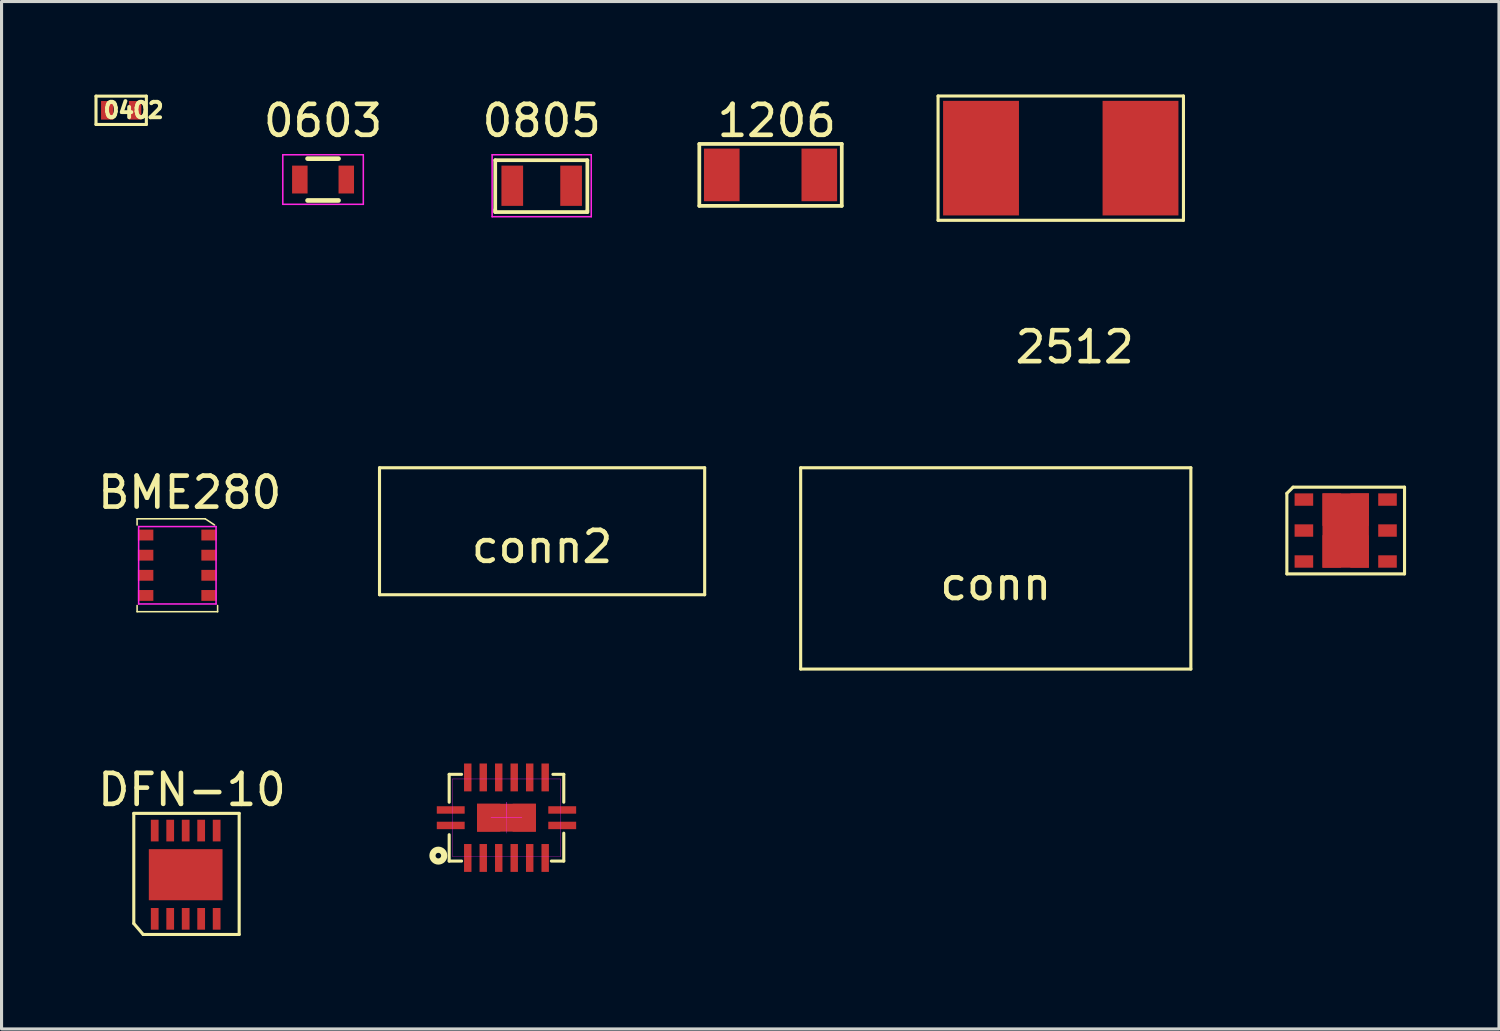
<source format=kicad_pcb>
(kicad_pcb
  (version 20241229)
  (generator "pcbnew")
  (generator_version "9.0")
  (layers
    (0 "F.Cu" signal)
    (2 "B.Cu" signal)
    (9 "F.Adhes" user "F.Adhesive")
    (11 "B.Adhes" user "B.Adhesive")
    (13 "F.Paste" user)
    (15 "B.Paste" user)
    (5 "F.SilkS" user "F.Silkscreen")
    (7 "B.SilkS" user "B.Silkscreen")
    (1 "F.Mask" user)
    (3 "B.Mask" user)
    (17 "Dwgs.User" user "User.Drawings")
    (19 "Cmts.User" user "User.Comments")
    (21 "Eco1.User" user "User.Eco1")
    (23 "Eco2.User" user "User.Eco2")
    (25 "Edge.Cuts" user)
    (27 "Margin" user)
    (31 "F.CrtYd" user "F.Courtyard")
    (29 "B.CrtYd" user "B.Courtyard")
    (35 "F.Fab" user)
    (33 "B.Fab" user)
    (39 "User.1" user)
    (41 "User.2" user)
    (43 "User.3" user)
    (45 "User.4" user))
  (footprint "BME280"
    (layer "F.Cu")
    (at 2.677 15.203)
    (property "Reference" "BME280" (at 0.4 -2.35 0) (layer "F.SilkS") (effects (font (size 1 1) (thickness 0.15))))
    (attr through_hole)
    (fp_line (start -1.3 -1.5) (end 0.9 -1.5) (stroke (width 0.05) (type solid)) (layer "F.SilkS"))
    (fp_line (start -1.3 -1.3) (end -1.3 -1.5) (stroke (width 0.05) (type solid)) (layer "F.SilkS"))
    (fp_line (start -1.3 1.3) (end -1.3 1.5) (stroke (width 0.05) (type solid)) (layer "F.SilkS"))
    (fp_line (start -1.3 1.5) (end 1.3 1.5) (stroke (width 0.05) (type solid)) (layer "F.SilkS"))
    (fp_line (start 0.9 -1.5) (end 1.2 -1.3) (stroke (width 0.05) (type solid)) (layer "F.SilkS"))
    (fp_line (start 1.3 1.5) (end 1.3 1.3) (stroke (width 0.05) (type solid)) (layer "F.SilkS"))
    (fp_line (start -1.25 -1.25) (end 1.25 -1.25) (stroke (width 0.05) (type solid)) (layer "F.CrtYd"))
    (fp_line (start -1.25 1.25) (end -1.25 -1.25) (stroke (width 0.05) (type solid)) (layer "F.CrtYd"))
    (fp_line (start 1.25 -1.25) (end 1.25 1.25) (stroke (width 0.05) (type solid)) (layer "F.CrtYd"))
    (fp_line (start 1.25 1.25) (end -1.25 1.25) (stroke (width 0.05) (type solid)) (layer "F.CrtYd"))
    (pad "1" smd rect (at 1.025 -0.975) (size 0.5 0.35) (layers "F.Cu" "F.Mask" "F.Paste"))
    (pad "2" smd rect (at 1.025 -0.325) (size 0.5 0.35) (layers "F.Cu" "F.Mask" "F.Paste"))
    (pad "3" smd rect (at 1.025 0.325) (size 0.5 0.35) (layers "F.Cu" "F.Mask" "F.Paste"))
    (pad "4" smd rect (at 1.025 0.975) (size 0.5 0.35) (layers "F.Cu" "F.Mask" "F.Paste"))
    (pad "5" smd rect (at -1.025 0.975) (size 0.5 0.35) (layers "F.Cu" "F.Mask" "F.Paste"))
    (pad "6" smd rect (at -1.025 0.325) (size 0.5 0.35) (layers "F.Cu" "F.Mask" "F.Paste"))
    (pad "7" smd rect (at -1.025 -0.325) (size 0.5 0.35) (layers "F.Cu" "F.Mask" "F.Paste"))
    (pad "8" smd rect (at -1.025 -0.975) (size 0.5 0.35) (layers "F.Cu" "F.Mask" "F.Paste")))
  (footprint "0805"
    (layer "F.Cu")
    (at 14.442 2.948)
    (property "Reference" "0805" (at 0 -2.1 0) (layer "F.SilkS") (effects (font (size 1 1) (thickness 0.15))))
    (attr smd)
    (fp_line (start -1.5 -0.825) (end 1.475 -0.825) (stroke (width 0.12) (type solid)) (layer "F.SilkS"))
    (fp_line (start -1.5 0.8) (end -1.5 -0.825) (stroke (width 0.12) (type solid)) (layer "F.SilkS"))
    (fp_line (start -1.5 0.85) (end -1.5 0.775) (stroke (width 0.12) (type solid)) (layer "F.SilkS"))
    (fp_line (start -1.5 0.85) (end 1.475 0.85) (stroke (width 0.12) (type solid)) (layer "F.SilkS"))
    (fp_line (start 1.475 -0.825) (end 1.475 0.8) (stroke (width 0.12) (type solid)) (layer "F.SilkS"))
    (fp_line (start 1.475 0.85) (end 1.475 0.8) (stroke (width 0.12) (type solid)) (layer "F.SilkS"))
    (fp_line (start -1.6 -1) (end -1.6 1) (stroke (width 0.05) (type solid)) (layer "F.CrtYd"))
    (fp_line (start -1.6 -1) (end 1.6 -1) (stroke (width 0.05) (type solid)) (layer "F.CrtYd"))
    (fp_line (start -1.6 1) (end 1.6 1) (stroke (width 0.05) (type solid)) (layer "F.CrtYd"))
    (fp_line (start 1.6 -1) (end 1.6 1) (stroke (width 0.05) (type solid)) (layer "F.CrtYd"))
    (pad "1" smd rect (at -0.95 0) (size 0.7 1.3) (layers "F.Cu" "F.Mask" "F.Paste"))
    (pad "2" smd rect (at 0.95 0) (size 0.7 1.3) (layers "F.Cu" "F.Mask" "F.Paste")))
  (footprint "DFN-10"
    (layer "F.Cu")
    (at 2.946 25.196)
    (property "Reference" "DFN-10" (at 0.203 -2.743 0) (layer "F.SilkS") (effects (font (size 1 1) (thickness 0.15))))
    (attr through_hole)
    (fp_line (start -1.676 -1.981) (end 1.727 -1.981) (stroke (width 0.1) (type solid)) (layer "F.SilkS"))
    (fp_line (start -1.676 1.575) (end -1.676 -1.981) (stroke (width 0.1) (type solid)) (layer "F.SilkS"))
    (fp_line (start -1.676 1.575) (end -1.372 1.93) (stroke (width 0.1) (type solid)) (layer "F.SilkS"))
    (fp_line (start -1.372 1.93) (end 1.727 1.93) (stroke (width 0.1) (type solid)) (layer "F.SilkS"))
    (fp_line (start 1.727 -1.981) (end 1.727 1.93) (stroke (width 0.1) (type solid)) (layer "F.SilkS"))
    (pad "0" smd rect (at 0 0) (size 2.38 1.65) (layers "F.Cu" "F.Mask" "F.Paste"))
    (pad "1" smd rect (at -1 1.425 90) (size 0.7 0.25) (layers "F.Cu" "F.Mask" "F.Paste"))
    (pad "2" smd rect (at -0.5 1.425 90) (size 0.7 0.25) (layers "F.Cu" "F.Mask" "F.Paste"))
    (pad "3" smd rect (at 0 1.425 90) (size 0.7 0.25) (layers "F.Cu" "F.Mask" "F.Paste"))
    (pad "4" smd rect (at 0.5 1.425 90) (size 0.7 0.25) (layers "F.Cu" "F.Mask" "F.Paste"))
    (pad "5" smd rect (at 1 1.425 90) (size 0.7 0.25) (layers "F.Cu" "F.Mask" "F.Paste"))
    (pad "6" smd rect (at 1 -1.425 90) (size 0.7 0.25) (layers "F.Cu" "F.Mask" "F.Paste"))
    (pad "7" smd rect (at 0.5 -1.425 90) (size 0.7 0.25) (layers "F.Cu" "F.Mask" "F.Paste"))
    (pad "8" smd rect (at 0 -1.425 90) (size 0.7 0.25) (layers "F.Cu" "F.Mask" "F.Paste"))
    (pad "9" smd rect (at -0.5 -1.425 90) (size 0.7 0.25) (layers "F.Cu" "F.Mask" "F.Paste"))
    (pad "10" smd rect (at -1 -1.425 90) (size 0.7 0.25) (layers "F.Cu" "F.Mask" "F.Paste")))
  (footprint "conn"
    (layer "F.Cu")
    (at 29.105 15.305)
    (property "Reference" "conn" (at 0 0.5 0) (layer "F.SilkS") (effects (font (size 1 1) (thickness 0.15))))
    (attr through_hole)
    (fp_line (start -6.3 -3.25) (end -6.3 3.25) (stroke (width 0.1) (type solid)) (layer "F.SilkS"))
    (fp_line (start -6.3 3.25) (end 6.3 3.25) (stroke (width 0.1) (type solid)) (layer "F.SilkS"))
    (fp_line (start 6.3 -3.25) (end -6.3 -3.25) (stroke (width 0.1) (type solid)) (layer "F.SilkS"))
    (fp_line (start 6.3 3.25) (end 6.3 -3.25) (stroke (width 0.1) (type solid)) (layer "F.SilkS")))
  (footprint "0603"
    (layer "F.Cu")
    (at 7.382 2.748)
    (property "Reference" "0603" (at 0 -1.9 0) (layer "F.SilkS") (effects (font (size 1 1) (thickness 0.15))))
    (attr smd)
    (fp_line (start -0.5 -0.675) (end 0.5 -0.675) (stroke (width 0.15) (type solid)) (layer "F.SilkS"))
    (fp_line (start 0.5 0.675) (end -0.5 0.675) (stroke (width 0.15) (type solid)) (layer "F.SilkS"))
    (fp_line (start -1.3 -0.8) (end -1.3 0.8) (stroke (width 0.05) (type solid)) (layer "F.CrtYd"))
    (fp_line (start -1.3 -0.8) (end 1.3 -0.8) (stroke (width 0.05) (type solid)) (layer "F.CrtYd"))
    (fp_line (start -1.3 0.8) (end 1.3 0.8) (stroke (width 0.05) (type solid)) (layer "F.CrtYd"))
    (fp_line (start 1.3 -0.8) (end 1.3 0.8) (stroke (width 0.05) (type solid)) (layer "F.CrtYd"))
    (pad "1" smd rect (at -0.75 0) (size 0.5 0.9) (layers "F.Cu" "F.Mask" "F.Paste"))
    (pad "2" smd rect (at 0.75 0) (size 0.5 0.9) (layers "F.Cu" "F.Mask" "F.Paste")))
  (footprint "0402"
    (layer "F.Cu")
    (at 0.863 0.512)
    (property "Reference" "0402" (at 0.4 0 0) (layer "F.SilkS") (effects (font (size 0.5 0.5) (thickness 0.125))))
    (attr through_hole)
    (fp_line (start -0.813 -0.457) (end 0.813 -0.457) (stroke (width 0.1) (type solid)) (layer "F.SilkS"))
    (fp_line (start -0.813 0.457) (end -0.813 -0.457) (stroke (width 0.1) (type solid)) (layer "F.SilkS"))
    (fp_line (start 0.813 -0.457) (end 0.813 0.457) (stroke (width 0.1) (type solid)) (layer "F.SilkS"))
    (fp_line (start 0.813 0.457) (end -0.813 0.457) (stroke (width 0.1) (type solid)) (layer "F.SilkS"))
    (pad "1" smd rect (at 0.45 0) (size 0.4 0.6) (layers "F.Cu" "F.Mask" "F.Paste"))
    (pad "2" smd rect (at -0.45 0) (size 0.4 0.6) (layers "F.Cu" "F.Mask" "F.Paste")))
  (footprint "DHVQFN16"
    (layer "F.Cu")
    (at 13.305 23.355)
    (property "Reference" "DHVQFN16" (at -0.001 -0.151 0) (layer "Eco2.User") (effects (font (size 1 1) (thickness 0.15))))
    (attr through_hole)
    (fp_line (start -1.85 -1.4) (end -1.85 -0.5) (stroke (width 0.1) (type solid)) (layer "F.SilkS"))
    (fp_line (start -1.85 0.55) (end -1.85 1.4) (stroke (width 0.1) (type solid)) (layer "F.SilkS"))
    (fp_line (start -1.85 1.4) (end -1.45 1.4) (stroke (width 0.1) (type solid)) (layer "F.SilkS"))
    (fp_line (start -1.45 -1.4) (end -1.85 -1.4) (stroke (width 0.1) (type solid)) (layer "F.SilkS"))
    (fp_line (start 1.5 -1.4) (end 1.85 -1.4) (stroke (width 0.1) (type solid)) (layer "F.SilkS"))
    (fp_line (start 1.85 -1.4) (end 1.85 -0.5) (stroke (width 0.1) (type solid)) (layer "F.SilkS"))
    (fp_line (start 1.85 0.5) (end 1.85 1.4) (stroke (width 0.1) (type solid)) (layer "F.SilkS"))
    (fp_line (start 1.85 1.4) (end 1.45 1.4) (stroke (width 0.1) (type solid)) (layer "F.SilkS"))
    (fp_circle (center -2.2 1.225) (end -2.125 1.275) (stroke (width 0.2) (type solid)) (fill no) (layer "F.SilkS"))
    (fp_line (start -1.75 -1.25) (end -1.75 1.25) (stroke (width 0.01) (type solid)) (layer "F.CrtYd"))
    (fp_line (start -1.75 1.25) (end 1.75 1.25) (stroke (width 0.01) (type solid)) (layer "F.CrtYd"))
    (fp_line (start -0.5 0) (end 0 0) (stroke (width 0.01) (type solid)) (layer "F.CrtYd"))
    (fp_line (start 0 -0.5) (end 0 0.5) (stroke (width 0.01) (type solid)) (layer "F.CrtYd"))
    (fp_line (start 0 0) (end 0 -0.5) (stroke (width 0.01) (type solid)) (layer "F.CrtYd"))
    (fp_line (start 0 0) (end 0.5 0) (stroke (width 0.01) (type solid)) (layer "F.CrtYd"))
    (fp_line (start 0.5 0) (end -0.5 0) (stroke (width 0.01) (type solid)) (layer "F.CrtYd"))
    (fp_line (start 1.75 -1.25) (end -1.75 -1.25) (stroke (width 0.01) (type solid)) (layer "F.CrtYd"))
    (fp_line (start 1.75 1.25) (end 1.75 -1.25) (stroke (width 0.01) (type solid)) (layer "F.CrtYd"))
    (pad "" smd rect (at -0.575 0) (size 0.75 0.9) (layers "F.Cu" "F.Mask" "F.Paste"))
    (pad "" smd rect (at 0 0) (size 1.9 0.9) (layers "F.Cu" "F.Mask"))
    (pad "" smd rect (at 0.575 0) (size 0.75 0.9) (layers "F.Cu" "F.Mask" "F.Paste"))
    (pad "1" smd rect (at -1.8 0.25 90) (size 0.24 0.9) (layers "F.Cu" "F.Mask" "F.Paste"))
    (pad "2" smd rect (at -1.25 1.3) (size 0.24 0.9) (layers "F.Cu" "F.Mask" "F.Paste"))
    (pad "3" smd rect (at -0.75 1.3) (size 0.24 0.9) (layers "F.Cu" "F.Mask" "F.Paste"))
    (pad "4" smd rect (at -0.25 1.3) (size 0.24 0.9) (layers "F.Cu" "F.Mask" "F.Paste"))
    (pad "5" smd rect (at 0.25 1.3) (size 0.24 0.9) (layers "F.Cu" "F.Mask" "F.Paste"))
    (pad "6" smd rect (at 0.75 1.3) (size 0.24 0.9) (layers "F.Cu" "F.Mask" "F.Paste"))
    (pad "7" smd rect (at 1.25 1.3) (size 0.24 0.9) (layers "F.Cu" "F.Mask" "F.Paste"))
    (pad "8" smd rect (at 1.8 0.25 90) (size 0.24 0.9) (layers "F.Cu" "F.Mask" "F.Paste"))
    (pad "9" smd rect (at 1.8 -0.25 90) (size 0.24 0.9) (layers "F.Cu" "F.Mask" "F.Paste"))
    (pad "10" smd rect (at 1.25 -1.3) (size 0.24 0.9) (layers "F.Cu" "F.Mask" "F.Paste"))
    (pad "11" smd rect (at 0.75 -1.3) (size 0.24 0.9) (layers "F.Cu" "F.Mask" "F.Paste"))
    (pad "12" smd rect (at 0.25 -1.3) (size 0.24 0.9) (layers "F.Cu" "F.Mask" "F.Paste"))
    (pad "13" smd rect (at -0.25 -1.3) (size 0.24 0.9) (layers "F.Cu" "F.Mask" "F.Paste"))
    (pad "14" smd rect (at -0.75 -1.3) (size 0.24 0.9) (layers "F.Cu" "F.Mask" "F.Paste"))
    (pad "15" smd rect (at -1.25 -1.3) (size 0.24 0.9) (layers "F.Cu" "F.Mask" "F.Paste"))
    (pad "16" smd rect (at -1.8 -0.25 90) (size 0.24 0.9) (layers "F.Cu" "F.Mask" "F.Paste")))
  (footprint "2512"
    (layer "F.Cu")
    (at 31.204 2.057)
    (property "Reference" "2512" (at 0.45 6.1 0) (layer "F.SilkS") (effects (font (size 1 1) (thickness 0.15))))
    (attr through_hole)
    (fp_line (start -3.962 -2.007) (end 3.962 -2.007) (stroke (width 0.1) (type solid)) (layer "F.SilkS"))
    (fp_line (start -3.962 2.007) (end -3.962 -2.007) (stroke (width 0.1) (type solid)) (layer "F.SilkS"))
    (fp_line (start 3.962 -2.007) (end 3.962 2.007) (stroke (width 0.1) (type solid)) (layer "F.SilkS"))
    (fp_line (start 3.962 2.007) (end -3.962 2.007) (stroke (width 0.1) (type solid)) (layer "F.SilkS"))
    (pad "1" smd rect (at -2.575 0) (size 2.45 3.7) (layers "F.Cu" "F.Mask" "F.Paste"))
    (pad "2" smd rect (at 2.575 0) (size 2.45 3.7) (layers "F.Cu" "F.Mask" "F.Paste")))
  (footprint "conn2"
    (layer "F.Cu")
    (at 14.455 14.105)
    (property "Reference" "conn2" (at 0 0.5 0) (layer "F.SilkS") (effects (font (size 1 1) (thickness 0.15))))
    (attr through_hole)
    (fp_line (start -5.25 -2.05) (end -5.25 2.05) (stroke (width 0.1) (type solid)) (layer "F.SilkS"))
    (fp_line (start -5.25 2.05) (end 5.25 2.05) (stroke (width 0.1) (type solid)) (layer "F.SilkS"))
    (fp_line (start 5.25 -2.05) (end -5.25 -2.05) (stroke (width 0.1) (type solid)) (layer "F.SilkS"))
    (fp_line (start 5.25 2.05) (end 5.25 -2.05) (stroke (width 0.1) (type solid)) (layer "F.SilkS")))
  (footprint "1206"
    (layer "F.Cu")
    (at 21.832 2.598)
    (property "Reference" "1206" (at 0.2 -1.75 0) (layer "F.SilkS") (effects (font (size 1 1) (thickness 0.15))))
    (attr through_hole)
    (fp_line (start -2.3 -1) (end 2.3 -1) (stroke (width 0.12) (type solid)) (layer "F.SilkS"))
    (fp_line (start -2.3 1) (end -2.3 -1) (stroke (width 0.12) (type solid)) (layer "F.SilkS"))
    (fp_line (start 2.3 -1) (end 2.3 1) (stroke (width 0.12) (type solid)) (layer "F.SilkS"))
    (fp_line (start 2.3 1) (end -2.3 1) (stroke (width 0.12) (type solid)) (layer "F.SilkS"))
    (pad "1" smd rect (at -1.575 0) (size 1.15 1.7) (layers "F.Cu" "F.Mask" "F.Paste"))
    (pad "2" smd rect (at 1.575 0) (size 1.15 1.7) (layers "F.Cu" "F.Mask" "F.Paste")))
  (footprint "DFN6"
    (layer "F.Cu")
    (at 40.405 14.082)
    (property "Reference" "DFN6" (at -0.151 -0.024 90) (layer "Eco2.User") (effects (font (size 1 1) (thickness 0.15))))
    (attr through_hole)
    (fp_line (start -1.9 -1.2) (end -1.9 1.4) (stroke (width 0.1) (type solid)) (layer "F.SilkS"))
    (fp_line (start -1.9 -1.2) (end -1.7 -1.4) (stroke (width 0.1) (type solid)) (layer "F.SilkS"))
    (fp_line (start -1.7 -1.4) (end 1.9 -1.4) (stroke (width 0.1) (type solid)) (layer "F.SilkS"))
    (fp_line (start 1.9 -1.4) (end 1.9 1.4) (stroke (width 0.1) (type solid)) (layer "F.SilkS"))
    (fp_line (start 1.9 1.4) (end -1.9 1.4) (stroke (width 0.1) (type solid)) (layer "F.SilkS"))
    (pad "" smd rect (at -0.45 -0.675) (size 0.6 1.05) (layers "F.Cu" "F.Mask" "F.Paste"))
    (pad "" smd rect (at -0.45 0.675) (size 0.6 1.05) (layers "F.Cu" "F.Mask" "F.Paste"))
    (pad "" smd rect (at 0 0) (size 1.5 2.4) (layers "F.Cu" "F.Mask"))
    (pad "" smd rect (at 0.45 -0.675) (size 0.6 1.05) (layers "F.Cu" "F.Mask" "F.Paste"))
    (pad "" smd rect (at 0.45 0.675) (size 0.6 1.05) (layers "F.Cu" "F.Mask" "F.Paste"))
    (pad "1" smd rect (at -1.35 -1) (size 0.6 0.4) (layers "F.Cu" "F.Mask" "F.Paste"))
    (pad "2" smd rect (at -1.35 0) (size 0.6 0.4) (layers "F.Cu" "F.Mask" "F.Paste"))
    (pad "3" smd rect (at -1.35 1) (size 0.6 0.4) (layers "F.Cu" "F.Mask" "F.Paste"))
    (pad "4" smd rect (at 1.35 1) (size 0.6 0.4) (layers "F.Cu" "F.Mask" "F.Paste"))
    (pad "5" smd rect (at 1.35 0) (size 0.6 0.4) (layers "F.Cu" "F.Mask" "F.Paste"))
    (pad "6" smd rect (at 1.35 -1) (size 0.6 0.4) (layers "F.Cu" "F.Mask" "F.Paste")))
  (gr_rect
    (start -3 -3)
    (end 45.355 30.177)
    (stroke (width 0.1) (type default))
    (fill no)
    (layer "Edge.Cuts")))
</source>
